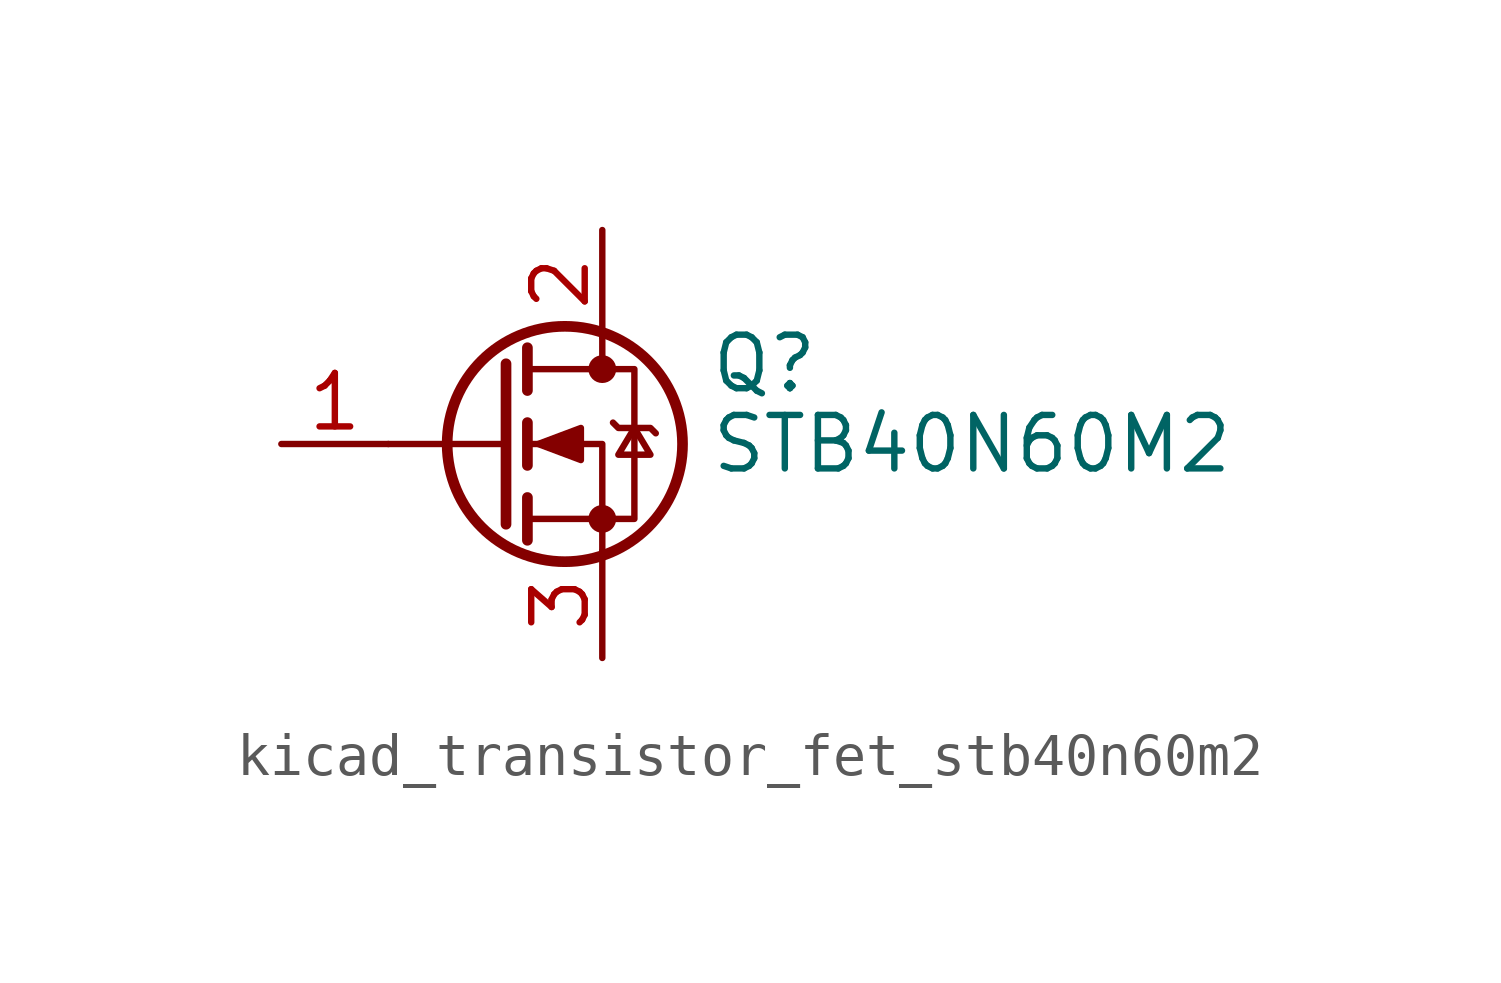
<source format=kicad_sym>
(kicad_symbol_lib
  (version 20220914)
  (generator kicad_symbol_editor)
  (symbol "kicad_transistor_fet_stb40n60m2"
    (pin_names hide)
    (property "Reference" "Q"
      (at 5.08 1.905 0)
      (effects (font (size 1.27 1.27)) (justify left)))
    (property "Value" "STB40N60M2"
      (at 5.08 0 0)
      (effects (font (size 1.27 1.27)) (justify left)))
    (symbol "kicad_transistor_fet_stb40n60m2_0_1"
      (polyline (pts (xy 0.254 0) (xy -2.54 0)) (stroke (width 0) (type default)) (fill (type none)))
      (polyline (pts (xy 0.254 1.905) (xy 0.254 -1.905)) (stroke (width 0.254) (type default)) (fill (type none)))
      (polyline (pts (xy 0.762 -1.27) (xy 0.762 -2.286)) (stroke (width 0.254) (type default)) (fill (type none)))
      (polyline (pts (xy 0.762 0.508) (xy 0.762 -0.508)) (stroke (width 0.254) (type default)) (fill (type none)))
      (polyline (pts (xy 0.762 2.286) (xy 0.762 1.27)) (stroke (width 0.254) (type default)) (fill (type none)))
      (polyline (pts (xy 2.54 2.54) (xy 2.54 1.778)) (stroke (width 0) (type default)) (fill (type none)))
      (polyline (pts (xy 2.54 -2.54) (xy 2.54 0) (xy 0.762 0)) (stroke (width 0) (type default)) (fill (type none)))
      (polyline (pts (xy 0.762 -1.778) (xy 3.302 -1.778) (xy 3.302 1.778) (xy 0.762 1.778)) (stroke (width 0) (type default)) (fill (type none)))
      (polyline (pts (xy 1.016 0) (xy 2.032 0.381) (xy 2.032 -0.381) (xy 1.016 0)) (stroke (width 0) (type default)) (fill (type outline)))
      (polyline (pts (xy 2.794 0.508) (xy 2.921 0.381) (xy 3.683 0.381) (xy 3.81 0.254)) (stroke (width 0) (type default)) (fill (type none)))
      (polyline (pts (xy 3.302 0.381) (xy 2.921 -0.254) (xy 3.683 -0.254) (xy 3.302 0.381)) (stroke (width 0) (type default)) (fill (type none)))
      (circle (center 1.651 0) (radius 2.794) (stroke (width 0.254) (type default)) (fill (type none)))
      (circle (center 2.54 -1.778) (radius 0.254) (stroke (width 0) (type default)) (fill (type outline)))
      (circle (center 2.54 1.778) (radius 0.254) (stroke (width 0) (type default)) (fill (type outline))))
    (symbol "kicad_transistor_fet_stb40n60m2_1_1"
      (pin passive line (at -5.08 0 0) (length 2.54) (name "G" (effects (font (size 1.27 1.27)))) (number "1" (effects (font (size 1.27 1.27)))))
      (pin passive line (at 2.54 5.08 270) (length 2.54) (name "D" (effects (font (size 1.27 1.27)))) (number "2" (effects (font (size 1.27 1.27)))))
      (pin passive line (at 2.54 -5.08 90) (length 2.54) (name "S" (effects (font (size 1.27 1.27)))) (number "3" (effects (font (size 1.27 1.27))))))))
</source>
